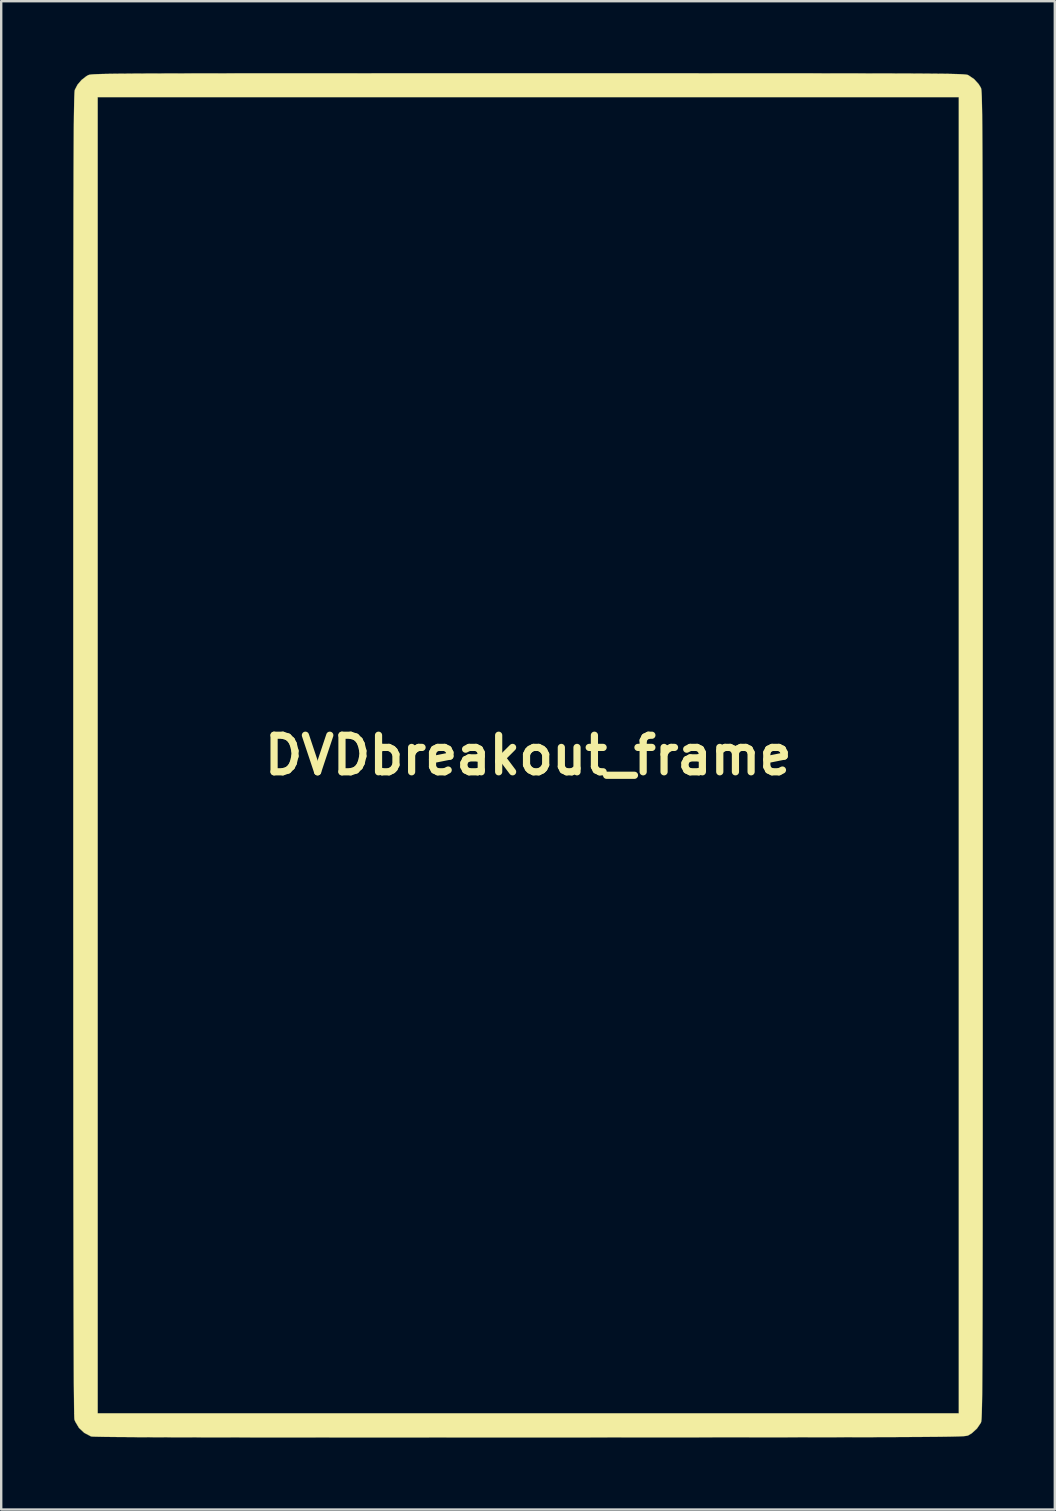
<source format=kicad_pcb>
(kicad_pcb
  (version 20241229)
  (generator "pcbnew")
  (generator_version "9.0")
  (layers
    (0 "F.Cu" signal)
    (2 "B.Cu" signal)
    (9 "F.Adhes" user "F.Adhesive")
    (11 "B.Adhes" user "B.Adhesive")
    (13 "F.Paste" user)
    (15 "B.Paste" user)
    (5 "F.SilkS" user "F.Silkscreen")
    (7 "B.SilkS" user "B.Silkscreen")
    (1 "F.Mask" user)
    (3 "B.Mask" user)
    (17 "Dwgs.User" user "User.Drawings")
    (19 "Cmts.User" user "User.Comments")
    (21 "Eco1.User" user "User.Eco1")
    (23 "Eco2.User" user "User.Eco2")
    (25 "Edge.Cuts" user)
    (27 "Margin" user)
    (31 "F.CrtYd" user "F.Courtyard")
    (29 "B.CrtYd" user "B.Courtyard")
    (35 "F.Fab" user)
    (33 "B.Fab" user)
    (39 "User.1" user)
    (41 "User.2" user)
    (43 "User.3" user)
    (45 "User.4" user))
  (footprint "DVDbreakout_frame"
    (layer "F.Cu")
    (at 18.97 28.432)
    (property "Reference" "DVDbreakout_frame" (at 0 0 0) (layer "F.SilkS") (effects (font (size 1.524 1.524) (thickness 0.3))))
    (attr through_hole)
    (fp_poly (pts (xy 1.478 -28.427) (xy 2.874 -28.427) (xy 4.189 -28.427) (xy 5.428 -28.427) (xy 6.591 -28.427) (xy 7.681 -28.426) (xy 8.701 -28.426) (xy 9.653 -28.426) (xy 10.539 -28.425) (xy 11.362 -28.425) (xy 12.124 -28.424) (xy 12.828 -28.423) (xy 13.476 -28.422) (xy 14.069 -28.421) (xy 14.612 -28.42) (xy 15.105 -28.419) (xy 15.552 -28.417) (xy 15.955 -28.416) (xy 16.316 -28.414) (xy 16.637 -28.411) (xy 16.922 -28.409) (xy 17.171 -28.406) (xy 17.389 -28.404) (xy 17.576 -28.401) (xy 17.736 -28.397) (xy 17.871 -28.394) (xy 17.983 -28.39) (xy 18.074 -28.386) (xy 18.148 -28.381) (xy 18.205 -28.376) (xy 18.25 -28.371) (xy 18.283 -28.366) (xy 18.309 -28.36) (xy 18.328 -28.354) (xy 18.343 -28.347) (xy 18.347 -28.345) (xy 18.581 -28.187) (xy 18.775 -27.974) (xy 18.862 -27.83) (xy 18.868 -27.818) (xy 18.873 -27.804) (xy 18.878 -27.785) (xy 18.882 -27.759) (xy 18.887 -27.725) (xy 18.891 -27.681) (xy 18.895 -27.624) (xy 18.899 -27.554) (xy 18.903 -27.467) (xy 18.906 -27.362) (xy 18.909 -27.237) (xy 18.912 -27.091) (xy 18.915 -26.92) (xy 18.918 -26.724) (xy 18.92 -26.5) (xy 18.923 -26.247) (xy 18.925 -25.962) (xy 18.927 -25.644) (xy 18.929 -25.29) (xy 18.931 -24.9) (xy 18.932 -24.47) (xy 18.934 -23.999) (xy 18.935 -23.485) (xy 18.936 -22.925) (xy 18.937 -22.32) (xy 18.938 -21.665) (xy 18.939 -20.959) (xy 18.94 -20.201) (xy 18.941 -19.389) (xy 18.941 -18.52) (xy 18.942 -17.592) (xy 18.942 -16.604) (xy 18.943 -15.554) (xy 18.943 -14.44) (xy 18.943 -13.26) (xy 18.944 -12.011) (xy 18.944 -10.693) (xy 18.944 -9.303) (xy 18.944 -7.839) (xy 18.944 -6.299) (xy 18.944 -4.681) (xy 18.944 -2.985) (xy 18.944 -1.206) (xy 18.944 0) (xy 18.944 1.833) (xy 18.944 3.583) (xy 18.944 5.252) (xy 18.944 6.842) (xy 18.944 8.355) (xy 18.944 9.793) (xy 18.944 11.158) (xy 18.944 12.452) (xy 18.943 13.677) (xy 18.943 14.834) (xy 18.943 15.926) (xy 18.942 16.954) (xy 18.942 17.921) (xy 18.941 18.828) (xy 18.941 19.677) (xy 18.94 20.471) (xy 18.939 21.21) (xy 18.938 21.898) (xy 18.937 22.535) (xy 18.936 23.125) (xy 18.935 23.668) (xy 18.933 24.167) (xy 18.932 24.623) (xy 18.93 25.04) (xy 18.928 25.417) (xy 18.926 25.758) (xy 18.924 26.065) (xy 18.922 26.338) (xy 18.92 26.581) (xy 18.917 26.795) (xy 18.914 26.982) (xy 18.911 27.144) (xy 18.908 27.283) (xy 18.905 27.401) (xy 18.901 27.499) (xy 18.898 27.58) (xy 18.894 27.645) (xy 18.89 27.698) (xy 18.885 27.738) (xy 18.881 27.769) (xy 18.876 27.792) (xy 18.871 27.809) (xy 18.866 27.823) (xy 18.862 27.83) (xy 18.704 28.063) (xy 18.491 28.258) (xy 18.347 28.345) (xy 18.333 28.352) (xy 18.315 28.358) (xy 18.292 28.364) (xy 18.262 28.369) (xy 18.221 28.375) (xy 18.167 28.38) (xy 18.099 28.384) (xy 18.013 28.389) (xy 17.908 28.393) (xy 17.781 28.396) (xy 17.629 28.4) (xy 17.45 28.403) (xy 17.242 28.406) (xy 17.003 28.409) (xy 16.729 28.411) (xy 16.419 28.414) (xy 16.07 28.416) (xy 15.681 28.418) (xy 15.247 28.42) (xy 14.768 28.421) (xy 14.241 28.423) (xy 13.663 28.424) (xy 13.032 28.425) (xy 12.345 28.426) (xy 11.601 28.427) (xy 10.796 28.428) (xy 9.929 28.429) (xy 8.997 28.43) (xy 7.997 28.43) (xy 6.928 28.431) (xy 5.787 28.432) (xy 4.571 28.432) (xy 3.278 28.433) (xy 1.906 28.434) (xy 0.453 28.434) (xy 0.042 28.434) (xy -1.516 28.435) (xy -2.992 28.435) (xy -4.386 28.436) (xy -5.701 28.436) (xy -6.939 28.436) (xy -8.101 28.436) (xy -9.19 28.435) (xy -10.206 28.435) (xy -11.152 28.434) (xy -12.029 28.433) (xy -12.84 28.432) (xy -13.586 28.431) (xy -14.269 28.429) (xy -14.89 28.428) (xy -15.453 28.426) (xy -15.957 28.424) (xy -16.406 28.422) (xy -16.8 28.419) (xy -17.143 28.417) (xy -17.435 28.414) (xy -17.678 28.411) (xy -17.874 28.407) (xy -18.026 28.404) (xy -18.134 28.4) (xy -18.2 28.396) (xy -18.226 28.392) (xy -18.509 28.243) (xy -18.728 28.037) (xy -18.883 27.775) (xy -18.916 27.69) (xy -18.919 27.66) (xy -18.923 27.59) (xy -18.926 27.478) (xy -18.929 27.323) (xy -18.932 27.123) (xy -18.934 26.877) (xy -18.937 26.584) (xy -18.94 26.242) (xy -18.942 25.849) (xy -18.944 25.405) (xy -18.946 24.907) (xy -18.948 24.355) (xy -18.95 23.746) (xy -18.952 23.08) (xy -18.953 22.355) (xy -18.955 21.569) (xy -18.956 20.722) (xy -18.957 19.811) (xy -18.959 18.836) (xy -18.96 17.794) (xy -18.961 16.684) (xy -18.962 15.506) (xy -18.962 14.256) (xy -18.963 12.935) (xy -18.964 11.541) (xy -18.964 10.071) (xy -18.964 8.526) (xy -18.965 6.902) (xy -18.965 5.199) (xy -18.965 3.416) (xy -18.965 1.551) (xy -18.965 0.001) (xy -18.965 -1.838) (xy -18.965 -3.594) (xy -18.965 -5.269) (xy -18.965 -6.865) (xy -18.965 -8.384) (xy -18.965 -9.828) (xy -18.965 -11.199) (xy -18.964 -12.498) (xy -18.964 -13.728) (xy -18.963 -14.89) (xy -18.963 -15.987) (xy -18.962 -17.019) (xy -18.962 -17.99) (xy -18.961 -18.901) (xy -18.96 -19.754) (xy -18.959 -20.55) (xy -18.958 -21.293) (xy -18.957 -21.983) (xy -18.956 -22.622) (xy -18.955 -23.213) (xy -18.953 -23.757) (xy -18.952 -24.256) (xy -18.95 -24.712) (xy -18.948 -25.127) (xy -18.946 -25.504) (xy -18.944 -25.843) (xy -18.942 -26.146) (xy -18.939 -26.416) (xy -18.937 -26.655) (xy -18.934 -26.864) (xy -18.931 -27.045) (xy -18.928 -27.201) (xy -18.925 -27.332) (xy -18.922 -27.432) (xy -17.949 -27.432) (xy -17.949 27.432) (xy 17.949 27.432) (xy 17.949 -27.432) (xy -17.949 -27.432) (xy -18.922 -27.432) (xy -18.922 -27.442) (xy -18.918 -27.531) (xy -18.915 -27.602) (xy -18.911 -27.657) (xy -18.907 -27.697) (xy -18.902 -27.725) (xy -18.898 -27.74) (xy -18.79 -27.949) (xy -18.623 -28.146) (xy -18.421 -28.304) (xy -18.35 -28.344) (xy -18.335 -28.351) (xy -18.318 -28.357) (xy -18.296 -28.363) (xy -18.267 -28.369) (xy -18.228 -28.374) (xy -18.177 -28.379) (xy -18.111 -28.384) (xy -18.029 -28.388) (xy -17.927 -28.392) (xy -17.804 -28.396) (xy -17.657 -28.399) (xy -17.483 -28.402) (xy -17.281 -28.405) (xy -17.047 -28.408) (xy -16.78 -28.41) (xy -16.477 -28.413) (xy -16.136 -28.415) (xy -15.755 -28.417) (xy -15.33 -28.418) (xy -14.86 -28.42) (xy -14.342 -28.421) (xy -13.773 -28.422) (xy -13.153 -28.423) (xy -12.477 -28.424) (xy -11.744 -28.425) (xy -10.951 -28.425) (xy -10.097 -28.426) (xy -9.178 -28.426) (xy -8.192 -28.426) (xy -7.136 -28.426) (xy -6.01 -28.427) (xy -4.809 -28.427) (xy -3.532 -28.427) (xy -2.176 -28.427) (xy -0.739 -28.427) (xy 0 -28.427) (xy 1.478 -28.427)) (stroke (width 0.01) (type solid)) (fill yes) (layer "F.SilkS")))
  (gr_rect
    (start -3 -3)
    (end 40.919 59.873)
    (stroke (width 0.1) (type default))
    (fill no)
    (layer "Edge.Cuts")))
</source>
